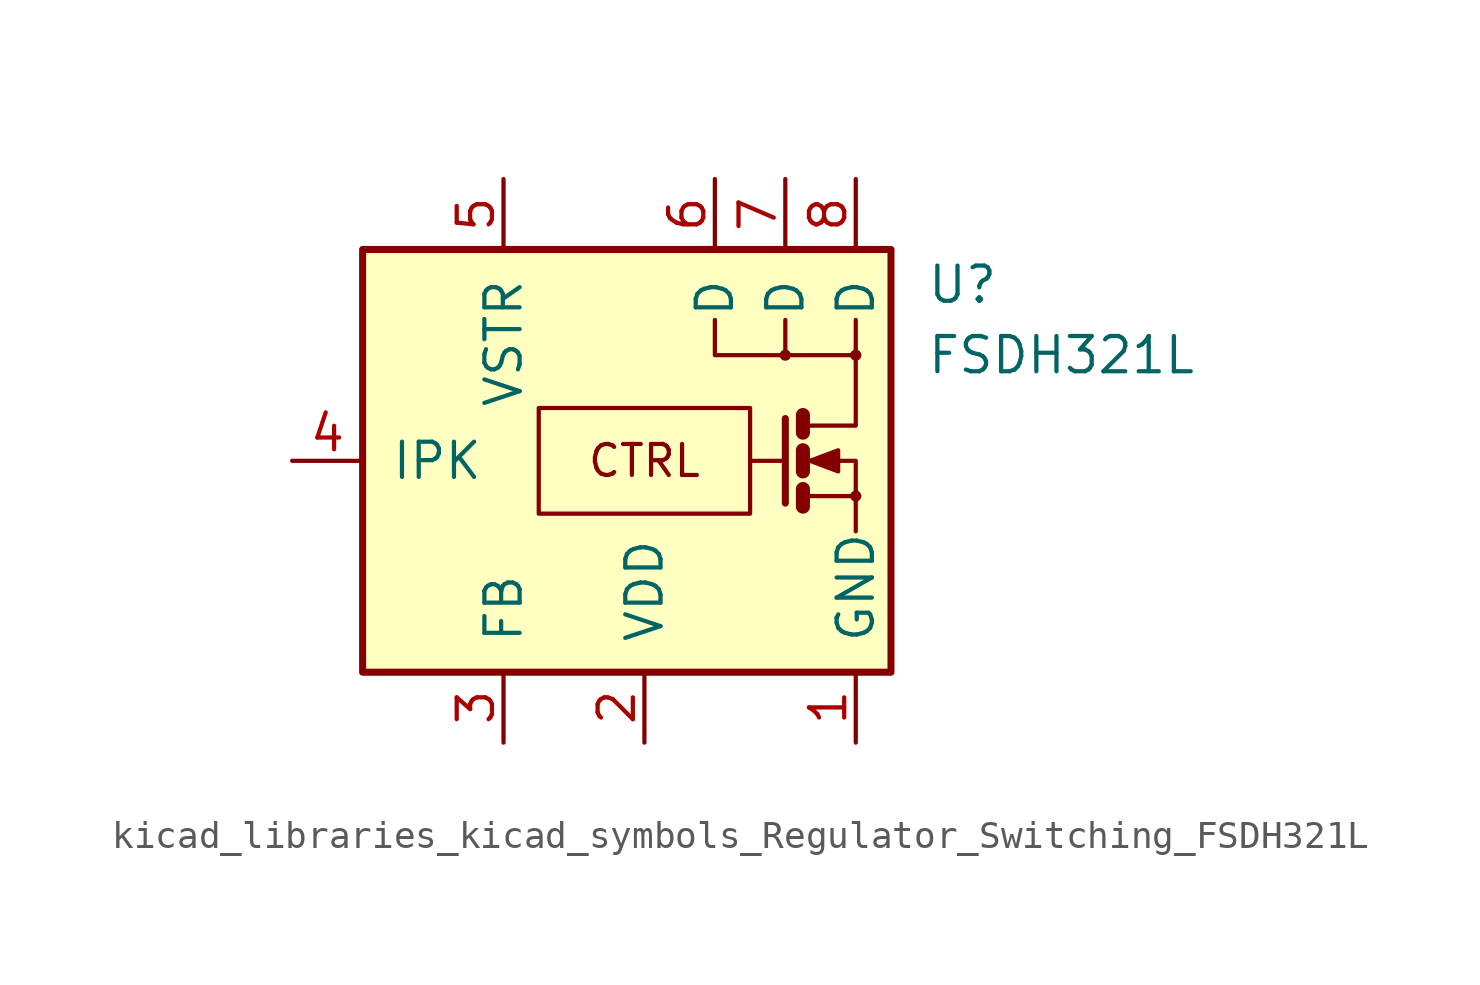
<source format=kicad_sym>
(kicad_symbol_lib
  (version 20220914)
  (generator kicad_symbol_editor)
  (symbol "kicad_libraries_kicad_symbols_Regulator_Switching_FSDH321L"
    (pin_names
      (offset 1.016))
    (property "Reference" "U"
      (at 10.16 6.35 0)
      (effects (font (size 1.27 1.27)) (justify left)))
    (property "Value" "FSDH321L"
      (at 10.16 3.81 0)
      (effects (font (size 1.27 1.27)) (justify left)))
    (symbol "kicad_libraries_kicad_symbols_Regulator_Switching_FSDH321L_0_0"
      (rectangle (start -10.16 7.62) (end 8.89 -7.62) (stroke (width 0.254) (type default)) (fill (type background)))
      (circle (center 5.08 3.81) (radius 0.127) (stroke (width 0) (type default)) (fill (type none)))
      (circle (center 7.62 -1.27) (radius 0.127) (stroke (width 0) (type default)) (fill (type none)))
      (circle (center 7.62 3.81) (radius 0.127) (stroke (width 0) (type default)) (fill (type none)))
      (text "CTRL" (at 0 0 0) (effects (font (size 1.118 1.118)))))
    (symbol "kicad_libraries_kicad_symbols_Regulator_Switching_FSDH321L_0_1"
      (rectangle (start -3.81 1.905) (end 3.81 -1.905) (stroke (width 0) (type default)) (fill (type none)))
      (polyline (pts (xy 5.08 0) (xy 3.81 0)) (stroke (width 0) (type default)) (fill (type none)))
      (polyline (pts (xy 5.08 3.81) (xy 5.08 5.08)) (stroke (width 0) (type default)) (fill (type none)))
      (polyline (pts (xy 5.715 -1.016) (xy 5.715 -1.651)) (stroke (width 0.508) (type default)) (fill (type none)))
      (polyline (pts (xy 5.715 0.381) (xy 5.715 -0.381)) (stroke (width 0.508) (type default)) (fill (type none)))
      (polyline (pts (xy 5.715 1.651) (xy 5.715 1.016)) (stroke (width 0.508) (type default)) (fill (type none)))
      (polyline (pts (xy 5.08 1.524) (xy 5.08 -1.524) (xy 5.08 -1.524)) (stroke (width 0.254) (type default)) (fill (type none)))
      (polyline (pts (xy 5.715 -1.27) (xy 7.62 -1.27) (xy 7.62 -2.54)) (stroke (width 0) (type default)) (fill (type none)))
      (polyline (pts (xy 7.62 3.81) (xy 2.54 3.81) (xy 2.54 5.08)) (stroke (width 0) (type default)) (fill (type none)))
      (polyline (pts (xy 5.715 1.27) (xy 6.731 1.27) (xy 7.62 1.27) (xy 7.62 5.08)) (stroke (width 0) (type default)) (fill (type none)))
      (polyline (pts (xy 5.842 0) (xy 6.35 0) (xy 7.62 0) (xy 7.62 -1.27) (xy 7.62 -1.27)) (stroke (width 0) (type default)) (fill (type none)))
      (polyline (pts (xy 5.969 0) (xy 6.985 0.381) (xy 6.985 -0.381) (xy 5.969 0) (xy 6.096 0) (xy 6.096 0)) (stroke (width 0) (type default)) (fill (type outline))))
    (symbol "kicad_libraries_kicad_symbols_Regulator_Switching_FSDH321L_1_1"
      (pin power_in line (at 7.62 -10.16 90) (length 2.54) (name "GND" (effects (font (size 1.27 1.27)))) (number "1" (effects (font (size 1.27 1.27)))))
      (pin power_in line (at 0 -10.16 90) (length 2.54) (name "VDD" (effects (font (size 1.27 1.27)))) (number "2" (effects (font (size 1.27 1.27)))))
      (pin input line (at -5.08 -10.16 90) (length 2.54) (name "FB" (effects (font (size 1.27 1.27)))) (number "3" (effects (font (size 1.27 1.27)))))
      (pin passive line (at -12.7 0 0) (length 2.54) (name "IPK" (effects (font (size 1.27 1.27)))) (number "4" (effects (font (size 1.27 1.27)))))
      (pin passive line (at -5.08 10.16 270) (length 2.54) (name "VSTR" (effects (font (size 1.27 1.27)))) (number "5" (effects (font (size 1.27 1.27)))))
      (pin passive line (at 2.54 10.16 270) (length 2.54) (name "D" (effects (font (size 1.27 1.27)))) (number "6" (effects (font (size 1.27 1.27)))))
      (pin passive line (at 5.08 10.16 270) (length 2.54) (name "D" (effects (font (size 1.27 1.27)))) (number "7" (effects (font (size 1.27 1.27)))))
      (pin passive line (at 7.62 10.16 270) (length 2.54) (name "D" (effects (font (size 1.27 1.27)))) (number "8" (effects (font (size 1.27 1.27))))))))
</source>
